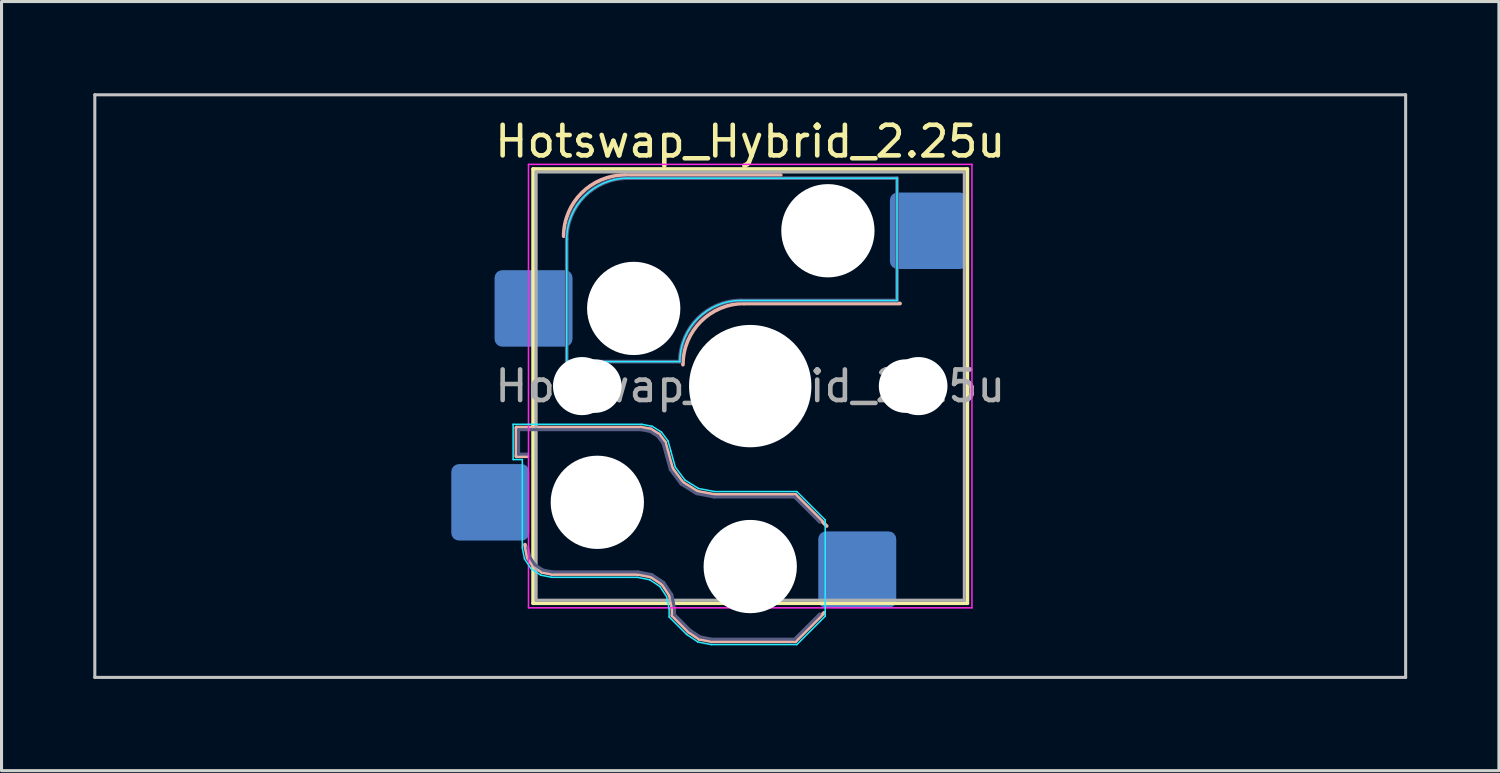
<source format=kicad_pcb>
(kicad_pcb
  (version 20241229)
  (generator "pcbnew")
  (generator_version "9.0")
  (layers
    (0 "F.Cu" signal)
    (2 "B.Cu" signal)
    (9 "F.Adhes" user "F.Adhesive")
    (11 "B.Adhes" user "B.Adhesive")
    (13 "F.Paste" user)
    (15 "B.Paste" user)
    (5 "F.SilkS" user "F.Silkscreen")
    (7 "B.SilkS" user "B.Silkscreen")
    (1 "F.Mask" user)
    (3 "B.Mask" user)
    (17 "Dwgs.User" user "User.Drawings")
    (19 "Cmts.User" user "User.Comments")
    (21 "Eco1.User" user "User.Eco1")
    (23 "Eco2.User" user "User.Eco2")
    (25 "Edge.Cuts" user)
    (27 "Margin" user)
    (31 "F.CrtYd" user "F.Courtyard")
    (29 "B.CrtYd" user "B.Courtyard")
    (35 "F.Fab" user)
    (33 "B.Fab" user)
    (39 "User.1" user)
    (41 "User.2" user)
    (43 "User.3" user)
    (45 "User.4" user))
  (footprint "Hotswap_Hybrid_2.25u"
    (layer "F.Cu")
    (at 21.481 9.575)
    (property "Reference" "Hotswap_Hybrid_2.25u" (at 0 -8 0) (layer "F.SilkS") (effects (font (size 1 1) (thickness 0.15))))
    (attr smd)
    (fp_line (start -7.1 -7.1) (end -7.1 7.1) (stroke (width 0.12) (type solid)) (layer "F.SilkS"))
    (fp_line (start -7.1 7.1) (end 7.1 7.1) (stroke (width 0.12) (type solid)) (layer "F.SilkS"))
    (fp_line (start 7.1 -7.1) (end -7.1 -7.1) (stroke (width 0.12) (type solid)) (layer "F.SilkS"))
    (fp_line (start 7.1 7.1) (end 7.1 -7.1) (stroke (width 0.12) (type solid)) (layer "F.SilkS"))
    (fp_line (start -7.646 1.354) (end -3.56 1.354) (stroke (width 0.12) (type solid)) (layer "B.SilkS"))
    (fp_line (start -7.646 2.296) (end -7.646 1.354) (stroke (width 0.12) (type solid)) (layer "B.SilkS"))
    (fp_line (start -7.283 2.296) (end -7.646 2.296) (stroke (width 0.12) (type solid)) (layer "B.SilkS"))
    (fp_line (start -7.281 5.609) (end -7.366 5.182) (stroke (width 0.12) (type solid)) (layer "B.SilkS"))
    (fp_line (start -7.092 5.892) (end -7.281 5.609) (stroke (width 0.12) (type solid)) (layer "B.SilkS"))
    (fp_line (start -6.809 6.081) (end -7.092 5.892) (stroke (width 0.12) (type solid)) (layer "B.SilkS"))
    (fp_line (start -6.482 6.146) (end -6.809 6.081) (stroke (width 0.12) (type solid)) (layer "B.SilkS"))
    (fp_line (start -4.1 -6.9) (end 1 -6.9) (stroke (width 0.12) (type solid)) (layer "B.SilkS"))
    (fp_line (start -3.682 6.146) (end -6.482 6.146) (stroke (width 0.12) (type solid)) (layer "B.SilkS"))
    (fp_line (start -3.56 1.354) (end -3.25 1.413) (stroke (width 0.12) (type solid)) (layer "B.SilkS"))
    (fp_line (start -3.25 1.413) (end -2.976 1.583) (stroke (width 0.12) (type solid)) (layer "B.SilkS"))
    (fp_line (start -3.244 6.233) (end -3.682 6.146) (stroke (width 0.12) (type solid)) (layer "B.SilkS"))
    (fp_line (start -2.976 1.583) (end -2.783 1.841) (stroke (width 0.12) (type solid)) (layer "B.SilkS"))
    (fp_line (start -2.877 6.477) (end -3.244 6.233) (stroke (width 0.12) (type solid)) (layer "B.SilkS"))
    (fp_line (start -2.783 1.841) (end -2.701 2.139) (stroke (width 0.12) (type solid)) (layer "B.SilkS"))
    (fp_line (start -2.701 2.139) (end -2.547 2.697) (stroke (width 0.12) (type solid)) (layer "B.SilkS"))
    (fp_line (start -2.633 6.844) (end -2.877 6.477) (stroke (width 0.12) (type solid)) (layer "B.SilkS"))
    (fp_line (start -2.547 2.697) (end -2.209 3.15) (stroke (width 0.12) (type solid)) (layer "B.SilkS"))
    (fp_line (start -2.546 7.504) (end -2.546 7.282) (stroke (width 0.12) (type solid)) (layer "B.SilkS"))
    (fp_line (start -2.546 7.282) (end -2.633 6.844) (stroke (width 0.12) (type solid)) (layer "B.SilkS"))
    (fp_line (start -2.209 3.15) (end -1.73 3.449) (stroke (width 0.12) (type solid)) (layer "B.SilkS"))
    (fp_line (start -2.013 8.037) (end -2.546 7.504) (stroke (width 0.12) (type solid)) (layer "B.SilkS"))
    (fp_line (start -1.73 3.449) (end -1.168 3.554) (stroke (width 0.12) (type solid)) (layer "B.SilkS"))
    (fp_line (start -1.671 8.266) (end -2.013 8.037) (stroke (width 0.12) (type solid)) (layer "B.SilkS"))
    (fp_line (start -1.268 8.346) (end -1.671 8.266) (stroke (width 0.12) (type solid)) (layer "B.SilkS"))
    (fp_line (start -1.168 3.554) (end 1.479 3.554) (stroke (width 0.12) (type solid)) (layer "B.SilkS"))
    (fp_line (start -0.2 -2.7) (end 4.9 -2.7) (stroke (width 0.12) (type solid)) (layer "B.SilkS"))
    (fp_line (start 1.479 3.554) (end 2.5 4.575) (stroke (width 0.12) (type solid)) (layer "B.SilkS"))
    (fp_line (start 1.479 8.346) (end -1.268 8.346) (stroke (width 0.12) (type solid)) (layer "B.SilkS"))
    (fp_line (start 2.416 7.409) (end 1.479 8.346) (stroke (width 0.12) (type solid)) (layer "B.SilkS"))
    (fp_arc (start -6.1 -4.9) (mid -5.514214 -6.314214) (end -4.1 -6.9) (stroke (width 0.12) (type solid)) (layer "B.SilkS"))
    (fp_arc (start -2.2 -0.7) (mid -1.614214 -2.114214) (end -0.2 -2.7) (stroke (width 0.12) (type solid)) (layer "B.SilkS"))
    (fp_line (start -21.431 -9.525) (end -21.431 9.525) (stroke (width 0.1) (type solid)) (layer "Dwgs.User"))
    (fp_line (start -21.431 9.525) (end 21.431 9.525) (stroke (width 0.1) (type solid)) (layer "Dwgs.User"))
    (fp_line (start 21.431 -9.525) (end -21.431 -9.525) (stroke (width 0.1) (type solid)) (layer "Dwgs.User"))
    (fp_line (start 21.431 9.525) (end 21.431 -9.525) (stroke (width 0.1) (type solid)) (layer "Dwgs.User"))
    (fp_line (start -7.8 -6) (end -7 -6) (stroke (width 0.1) (type solid)) (layer "Eco1.User"))
    (fp_line (start -7.8 -2.9) (end -7.8 -6) (stroke (width 0.1) (type solid)) (layer "Eco1.User"))
    (fp_line (start -7.8 2.9) (end -7 2.9) (stroke (width 0.1) (type solid)) (layer "Eco1.User"))
    (fp_line (start -7.8 6) (end -7.8 2.9) (stroke (width 0.1) (type solid)) (layer "Eco1.User"))
    (fp_line (start -7 -7) (end 7 -7) (stroke (width 0.1) (type solid)) (layer "Eco1.User"))
    (fp_line (start -7 -6) (end -7 -7) (stroke (width 0.1) (type solid)) (layer "Eco1.User"))
    (fp_line (start -7 -2.9) (end -7.8 -2.9) (stroke (width 0.1) (type solid)) (layer "Eco1.User"))
    (fp_line (start -7 2.9) (end -7 -2.9) (stroke (width 0.1) (type solid)) (layer "Eco1.User"))
    (fp_line (start -7 6) (end -7.8 6) (stroke (width 0.1) (type solid)) (layer "Eco1.User"))
    (fp_line (start -7 7) (end -7 6) (stroke (width 0.1) (type solid)) (layer "Eco1.User"))
    (fp_line (start 7 -7) (end 7 -6) (stroke (width 0.1) (type solid)) (layer "Eco1.User"))
    (fp_line (start 7 -6) (end 7.8 -6) (stroke (width 0.1) (type solid)) (layer "Eco1.User"))
    (fp_line (start 7 -2.9) (end 7 2.9) (stroke (width 0.1) (type solid)) (layer "Eco1.User"))
    (fp_line (start 7 2.9) (end 7.8 2.9) (stroke (width 0.1) (type solid)) (layer "Eco1.User"))
    (fp_line (start 7 6) (end 7 7) (stroke (width 0.1) (type solid)) (layer "Eco1.User"))
    (fp_line (start 7 7) (end -7 7) (stroke (width 0.1) (type solid)) (layer "Eco1.User"))
    (fp_line (start 7.8 -6) (end 7.8 -2.9) (stroke (width 0.1) (type solid)) (layer "Eco1.User"))
    (fp_line (start 7.8 -2.9) (end 7 -2.9) (stroke (width 0.1) (type solid)) (layer "Eco1.User"))
    (fp_line (start 7.8 2.9) (end 7.8 6) (stroke (width 0.1) (type solid)) (layer "Eco1.User"))
    (fp_line (start 7.8 6) (end 7 6) (stroke (width 0.1) (type solid)) (layer "Eco1.User"))
    (fp_line (start -7.752 1.248) (end -3.55 1.248) (stroke (width 0.05) (type solid)) (layer "B.CrtYd"))
    (fp_line (start -7.752 2.402) (end -7.752 1.248) (stroke (width 0.05) (type solid)) (layer "B.CrtYd"))
    (fp_line (start -7.452 2.402) (end -7.752 2.402) (stroke (width 0.05) (type solid)) (layer "B.CrtYd"))
    (fp_line (start -7.452 5.292) (end -7.452 2.402) (stroke (width 0.05) (type solid)) (layer "B.CrtYd"))
    (fp_line (start -7.381 5.65) (end -7.452 5.292) (stroke (width 0.05) (type solid)) (layer "B.CrtYd"))
    (fp_line (start -7.168 5.968) (end -7.381 5.65) (stroke (width 0.05) (type solid)) (layer "B.CrtYd"))
    (fp_line (start -6.85 6.181) (end -7.168 5.968) (stroke (width 0.05) (type solid)) (layer "B.CrtYd"))
    (fp_line (start -6.492 6.252) (end -6.85 6.181) (stroke (width 0.05) (type solid)) (layer "B.CrtYd"))
    (fp_line (start -6 -0.8) (end -6 -4.8) (stroke (width 0.05) (type solid)) (layer "B.CrtYd"))
    (fp_line (start -6 -0.8) (end -2.3 -0.8) (stroke (width 0.05) (type solid)) (layer "B.CrtYd"))
    (fp_line (start -4 -6.8) (end 4.8 -6.8) (stroke (width 0.05) (type solid)) (layer "B.CrtYd"))
    (fp_line (start -3.692 6.252) (end -6.492 6.252) (stroke (width 0.05) (type solid)) (layer "B.CrtYd"))
    (fp_line (start -3.55 1.248) (end -3.211 1.312) (stroke (width 0.05) (type solid)) (layer "B.CrtYd"))
    (fp_line (start -3.285 6.333) (end -3.692 6.252) (stroke (width 0.05) (type solid)) (layer "B.CrtYd"))
    (fp_line (start -3.211 1.312) (end -2.903 1.503) (stroke (width 0.05) (type solid)) (layer "B.CrtYd"))
    (fp_line (start -2.953 6.553) (end -3.285 6.333) (stroke (width 0.05) (type solid)) (layer "B.CrtYd"))
    (fp_line (start -2.903 1.503) (end -2.687 1.794) (stroke (width 0.05) (type solid)) (layer "B.CrtYd"))
    (fp_line (start -2.733 6.885) (end -2.953 6.553) (stroke (width 0.05) (type solid)) (layer "B.CrtYd"))
    (fp_line (start -2.687 1.794) (end -2.599 2.111) (stroke (width 0.05) (type solid)) (layer "B.CrtYd"))
    (fp_line (start -2.652 7.292) (end -2.733 6.885) (stroke (width 0.05) (type solid)) (layer "B.CrtYd"))
    (fp_line (start -2.652 7.548) (end -2.652 7.292) (stroke (width 0.05) (type solid)) (layer "B.CrtYd"))
    (fp_line (start -2.599 2.111) (end -2.45 2.65) (stroke (width 0.05) (type solid)) (layer "B.CrtYd"))
    (fp_line (start -2.45 2.65) (end -2.136 3.071) (stroke (width 0.05) (type solid)) (layer "B.CrtYd"))
    (fp_line (start -2.136 3.071) (end -1.691 3.348) (stroke (width 0.05) (type solid)) (layer "B.CrtYd"))
    (fp_line (start -2.081 8.119) (end -2.652 7.548) (stroke (width 0.05) (type solid)) (layer "B.CrtYd"))
    (fp_line (start -1.712 8.366) (end -2.081 8.119) (stroke (width 0.05) (type solid)) (layer "B.CrtYd"))
    (fp_line (start -1.691 3.348) (end -1.159 3.448) (stroke (width 0.05) (type solid)) (layer "B.CrtYd"))
    (fp_line (start -1.278 8.452) (end -1.712 8.366) (stroke (width 0.05) (type solid)) (layer "B.CrtYd"))
    (fp_line (start -1.159 3.448) (end 1.523 3.448) (stroke (width 0.05) (type solid)) (layer "B.CrtYd"))
    (fp_line (start -0.3 -2.8) (end 4.8 -2.8) (stroke (width 0.05) (type solid)) (layer "B.CrtYd"))
    (fp_line (start 1.523 3.448) (end 2.452 4.377) (stroke (width 0.05) (type solid)) (layer "B.CrtYd"))
    (fp_line (start 1.523 8.452) (end -1.278 8.452) (stroke (width 0.05) (type solid)) (layer "B.CrtYd"))
    (fp_line (start 2.452 4.377) (end 2.452 7.523) (stroke (width 0.05) (type solid)) (layer "B.CrtYd"))
    (fp_line (start 2.452 7.523) (end 1.523 8.452) (stroke (width 0.05) (type solid)) (layer "B.CrtYd"))
    (fp_line (start 4.8 -6.8) (end 4.8 -2.8) (stroke (width 0.05) (type solid)) (layer "B.CrtYd"))
    (fp_arc (start -6 -4.8) (mid -5.414214 -6.214213) (end -4 -6.8) (stroke (width 0.05) (type solid)) (layer "B.CrtYd"))
    (fp_arc (start -2.3 -0.8) (mid -1.714214 -2.214214) (end -0.3 -2.8) (stroke (width 0.05) (type solid)) (layer "B.CrtYd"))
    (fp_line (start -7.25 -7.25) (end -7.25 7.25) (stroke (width 0.05) (type solid)) (layer "F.CrtYd"))
    (fp_line (start -7.25 7.25) (end 7.25 7.25) (stroke (width 0.05) (type solid)) (layer "F.CrtYd"))
    (fp_line (start 7.25 -7.25) (end -7.25 -7.25) (stroke (width 0.05) (type solid)) (layer "F.CrtYd"))
    (fp_line (start 7.25 7.25) (end 7.25 -7.25) (stroke (width 0.05) (type solid)) (layer "F.CrtYd"))
    (fp_line (start -7.575 1.425) (end -3.567 1.425) (stroke (width 0.1) (type solid)) (layer "B.Fab"))
    (fp_line (start -7.575 2.225) (end -7.575 1.425) (stroke (width 0.1) (type solid)) (layer "B.Fab"))
    (fp_line (start -7.275 2.225) (end -7.575 2.225) (stroke (width 0.1) (type solid)) (layer "B.Fab"))
    (fp_line (start -7.214 5.581) (end -7.275 5.275) (stroke (width 0.1) (type solid)) (layer "B.Fab"))
    (fp_line (start -7.041 5.841) (end -7.214 5.581) (stroke (width 0.1) (type solid)) (layer "B.Fab"))
    (fp_line (start -6.781 6.014) (end -7.041 5.841) (stroke (width 0.1) (type solid)) (layer "B.Fab"))
    (fp_line (start -6.475 6.075) (end -6.781 6.014) (stroke (width 0.1) (type solid)) (layer "B.Fab"))
    (fp_line (start -6 -0.8) (end -6 -4.8) (stroke (width 0.12) (type solid)) (layer "B.Fab"))
    (fp_line (start -6 -0.8) (end -2.3 -0.8) (stroke (width 0.12) (type solid)) (layer "B.Fab"))
    (fp_line (start -4 -6.8) (end 4.8 -6.8) (stroke (width 0.12) (type solid)) (layer "B.Fab"))
    (fp_line (start -3.675 6.075) (end -6.475 6.075) (stroke (width 0.1) (type solid)) (layer "B.Fab"))
    (fp_line (start -3.567 1.425) (end -3.276 1.48) (stroke (width 0.1) (type solid)) (layer "B.Fab"))
    (fp_line (start -3.276 1.48) (end -3.025 1.636) (stroke (width 0.1) (type solid)) (layer "B.Fab"))
    (fp_line (start -3.216 6.166) (end -3.675 6.075) (stroke (width 0.1) (type solid)) (layer "B.Fab"))
    (fp_line (start -3.025 1.636) (end -2.848 1.873) (stroke (width 0.1) (type solid)) (layer "B.Fab"))
    (fp_line (start -2.848 1.873) (end -2.769 2.158) (stroke (width 0.1) (type solid)) (layer "B.Fab"))
    (fp_line (start -2.826 6.426) (end -3.216 6.166) (stroke (width 0.1) (type solid)) (layer "B.Fab"))
    (fp_line (start -2.769 2.158) (end -2.612 2.729) (stroke (width 0.1) (type solid)) (layer "B.Fab"))
    (fp_line (start -2.612 2.729) (end -2.258 3.203) (stroke (width 0.1) (type solid)) (layer "B.Fab"))
    (fp_line (start -2.566 6.816) (end -2.826 6.426) (stroke (width 0.1) (type solid)) (layer "B.Fab"))
    (fp_line (start -2.475 7.275) (end -2.566 6.816) (stroke (width 0.1) (type solid)) (layer "B.Fab"))
    (fp_line (start -2.475 7.475) (end -2.475 7.275) (stroke (width 0.1) (type solid)) (layer "B.Fab"))
    (fp_line (start -2.258 3.203) (end -1.756 3.516) (stroke (width 0.1) (type solid)) (layer "B.Fab"))
    (fp_line (start -1.968 7.982) (end -2.475 7.475) (stroke (width 0.1) (type solid)) (layer "B.Fab"))
    (fp_line (start -1.756 3.516) (end -1.175 3.625) (stroke (width 0.1) (type solid)) (layer "B.Fab"))
    (fp_line (start -1.643 8.199) (end -1.968 7.982) (stroke (width 0.1) (type solid)) (layer "B.Fab"))
    (fp_line (start -1.261 8.275) (end -1.643 8.199) (stroke (width 0.1) (type solid)) (layer "B.Fab"))
    (fp_line (start -1.175 3.625) (end 1.45 3.625) (stroke (width 0.1) (type solid)) (layer "B.Fab"))
    (fp_line (start -0.3 -2.8) (end 4.8 -2.8) (stroke (width 0.12) (type solid)) (layer "B.Fab"))
    (fp_line (start 1.45 3.625) (end 2.275 4.45) (stroke (width 0.1) (type solid)) (layer "B.Fab"))
    (fp_line (start 1.45 8.275) (end -1.261 8.275) (stroke (width 0.1) (type solid)) (layer "B.Fab"))
    (fp_line (start 2.275 7.45) (end 1.45 8.275) (stroke (width 0.1) (type solid)) (layer "B.Fab"))
    (fp_line (start 4.8 -6.8) (end 4.8 -2.8) (stroke (width 0.12) (type solid)) (layer "B.Fab"))
    (fp_arc (start -6 -4.8) (mid -5.414214 -6.214213) (end -4 -6.8) (stroke (width 0.12) (type solid)) (layer "B.Fab"))
    (fp_arc (start -2.3 -0.8) (mid -1.714214 -2.214214) (end -0.3 -2.8) (stroke (width 0.12) (type solid)) (layer "B.Fab"))
    (fp_line (start -7 -7) (end -7 7) (stroke (width 0.1) (type solid)) (layer "F.Fab"))
    (fp_line (start -7 7) (end 7 7) (stroke (width 0.1) (type solid)) (layer "F.Fab"))
    (fp_line (start 7 -7) (end -7 -7) (stroke (width 0.1) (type solid)) (layer "F.Fab"))
    (fp_line (start 7 7) (end 7 -7) (stroke (width 0.1) (type solid)) (layer "F.Fab"))
    (fp_text user "${REFERENCE}" (at 0 0 0) (layer "F.Fab") (effects (font (size 1 1) (thickness 0.15))))
    (pad "" np_thru_hole circle (at -5.5 0 180) (size 1.9 1.9) (drill 1.9) (layers "*.Cu" "*.Mask"))
    (pad "" np_thru_hole circle (at -5.08 0) (size 1.75 1.75) (drill 1.75) (layers "*.Cu" "*.Mask"))
    (pad "" np_thru_hole circle (at -5 3.8 180) (size 3.05 3.05) (drill 3.05) (layers "*.Cu" "*.Mask"))
    (pad "" np_thru_hole circle (at -3.81 -2.54) (size 3.05 3.05) (drill 3.05) (layers "*.Cu" "*.Mask"))
    (pad "" np_thru_hole circle (at 0 0 180) (size 3.45 3.45) (drill 3.45) (layers "*.Cu" "*.Mask"))
    (pad "" np_thru_hole circle (at 0 0) (size 4 4) (drill 4) (layers "*.Cu" "*.Mask"))
    (pad "" np_thru_hole circle (at 0 5.9 180) (size 3.05 3.05) (drill 3.05) (layers "*.Cu" "*.Mask"))
    (pad "" np_thru_hole circle (at 2.54 -5.08) (size 3.05 3.05) (drill 3.05) (layers "*.Cu" "*.Mask"))
    (pad "" np_thru_hole circle (at 5.08 0) (size 1.75 1.75) (drill 1.75) (layers "*.Cu" "*.Mask"))
    (pad "" np_thru_hole circle (at 5.5 0 180) (size 1.9 1.9) (drill 1.9) (layers "*.Cu" "*.Mask"))
    (pad "1" smd roundrect (at -7.085 -2.54) (size 2.55 2.5) (layers "B.Cu" "B.Mask" "B.Paste") (roundrect_rratio 0.1))
    (pad "1" smd roundrect (at 3.5 6 180) (size 2.55 2.5) (layers "B.Cu" "B.Mask" "B.Paste") (roundrect_rratio 0.1))
    (pad "2" smd roundrect (at -8.5 3.8 180) (size 2.55 2.5) (layers "B.Cu" "B.Mask" "B.Paste") (roundrect_rratio 0.1))
    (pad "2" smd roundrect (at 5.842 -5.08) (size 2.55 2.5) (layers "B.Cu" "B.Mask" "B.Paste") (roundrect_rratio 0.1)))
  (gr_rect
    (start -3 -3)
    (end 45.962 22.15)
    (stroke (width 0.1) (type default))
    (fill no)
    (layer "Edge.Cuts")))
</source>
